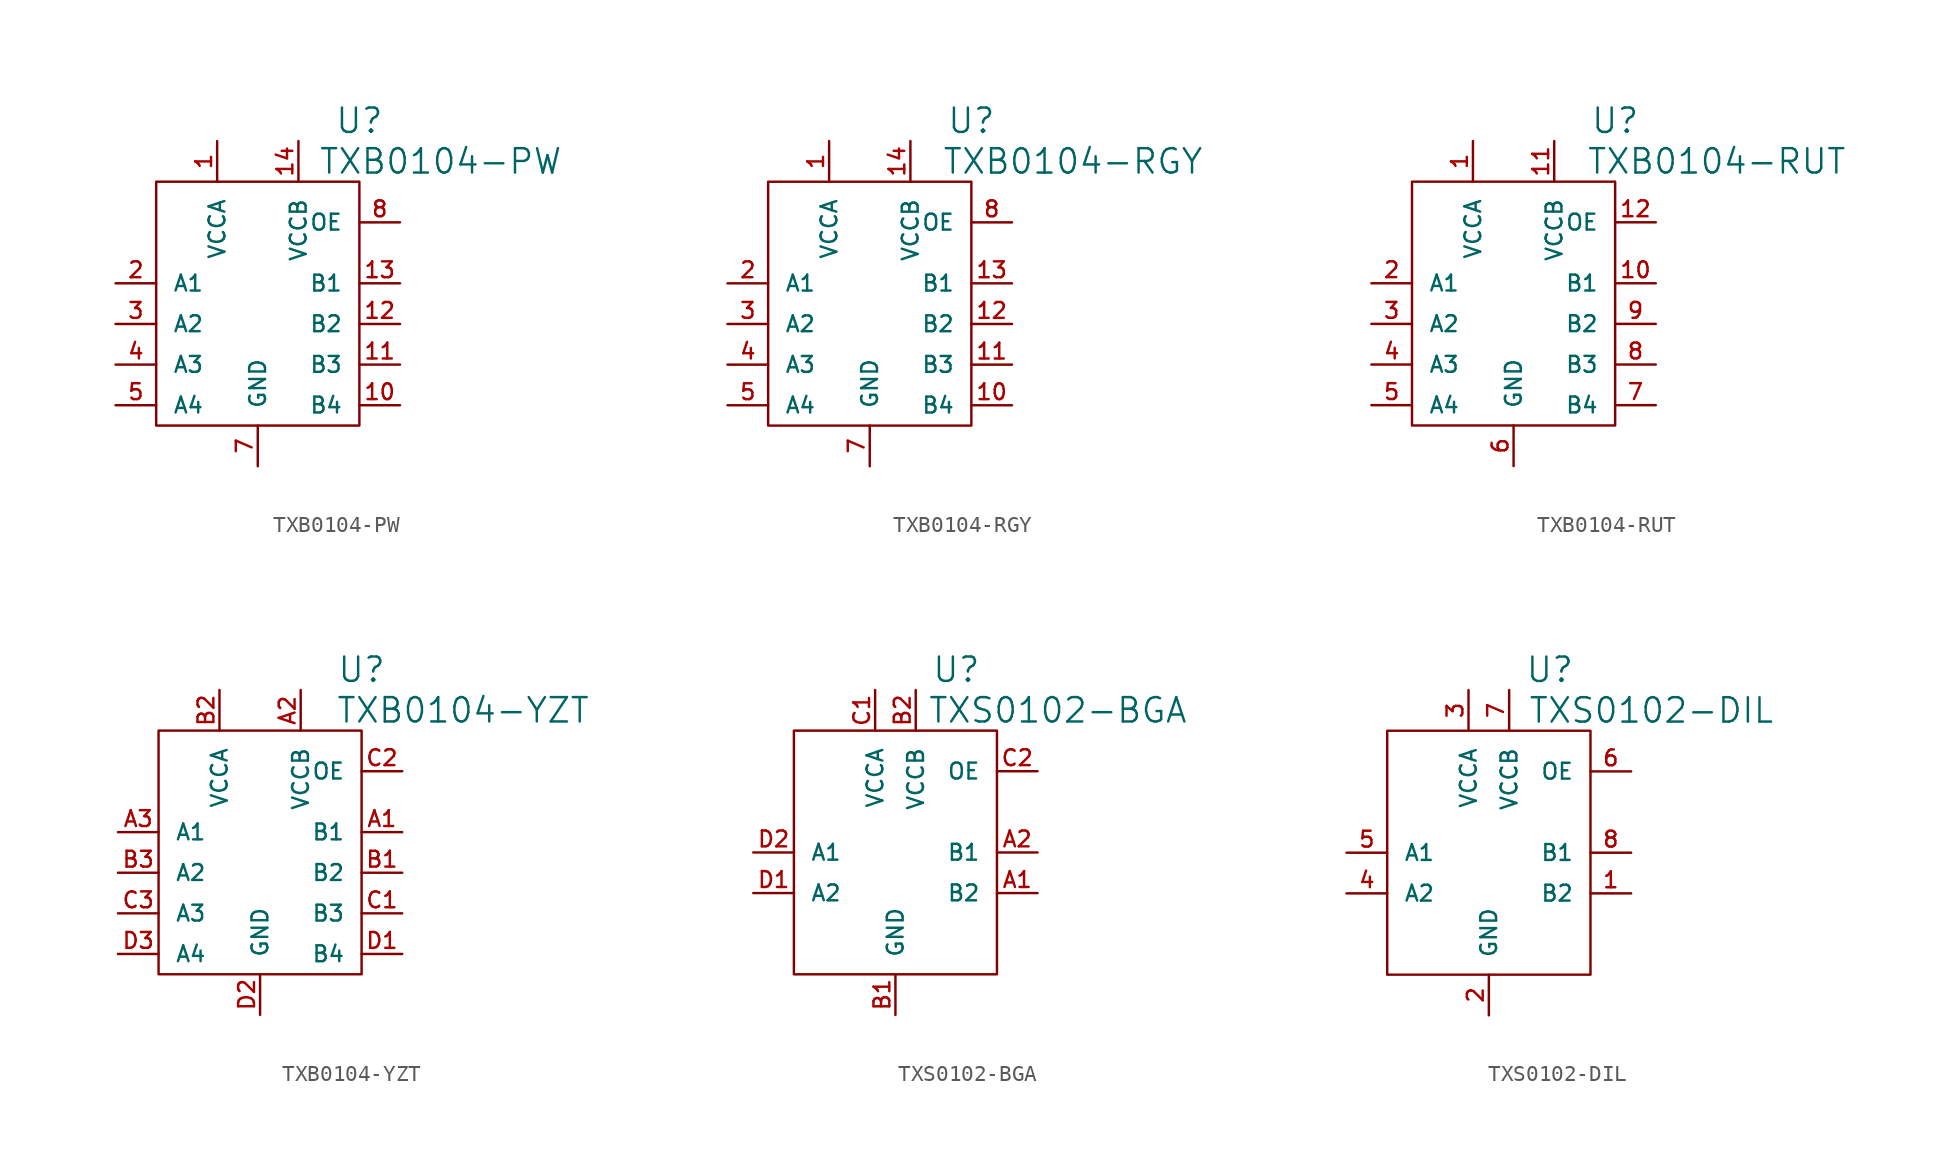
<source format=kicad_sym>
(kicad_symbol_lib
  (version 20220914)
  (generator kicad_symbol_editor)
  (symbol "TXB0104-PW"
    (pin_names
      (offset 1.016))
    (property "Reference" "U"
      (at 6.35 11.43 0)
      (effects (font (size 1.524 1.524))))
    (property "Value" "TXB0104-PW"
      (at 11.43 8.89 0)
      (effects (font (size 1.524 1.524))))
    (property "Footprint" ""
      (at 0 0 0)
      (effects (font (size 1.524 1.524))))
    (property "Datasheet" ""
      (at 0 0 0)
      (effects (font (size 1.524 1.524))))
    (symbol "TXB0104-PW_0_1"
      (rectangle (start -6.35 7.62) (end 6.35 -7.62) (stroke (width 0) (type solid)) (fill (type none))))
    (symbol "TXB0104-PW_1_1"
      (pin passive line (at -2.54 10.16 270) (length 2.54) (name "VCCA" (effects (font (size 0.991 0.991)))) (number "1" (effects (font (size 0.991 0.991)))))
      (pin passive line (at 8.89 -6.35 180) (length 2.54) (name "B4" (effects (font (size 0.991 0.991)))) (number "10" (effects (font (size 0.991 0.991)))))
      (pin passive line (at 8.89 -3.81 180) (length 2.54) (name "B3" (effects (font (size 0.991 0.991)))) (number "11" (effects (font (size 0.991 0.991)))))
      (pin passive line (at 8.89 -1.27 180) (length 2.54) (name "B2" (effects (font (size 0.991 0.991)))) (number "12" (effects (font (size 0.991 0.991)))))
      (pin passive line (at 8.89 1.27 180) (length 2.54) (name "B1" (effects (font (size 0.991 0.991)))) (number "13" (effects (font (size 0.991 0.991)))))
      (pin passive line (at 2.54 10.16 270) (length 2.54) (name "VCCB" (effects (font (size 0.991 0.991)))) (number "14" (effects (font (size 0.991 0.991)))))
      (pin passive line (at -8.89 1.27 0) (length 2.54) (name "A1" (effects (font (size 0.991 0.991)))) (number "2" (effects (font (size 0.991 0.991)))))
      (pin passive line (at -8.89 -1.27 0) (length 2.54) (name "A2" (effects (font (size 0.991 0.991)))) (number "3" (effects (font (size 0.991 0.991)))))
      (pin passive line (at -8.89 -3.81 0) (length 2.54) (name "A3" (effects (font (size 0.991 0.991)))) (number "4" (effects (font (size 0.991 0.991)))))
      (pin passive line (at -8.89 -6.35 0) (length 2.54) (name "A4" (effects (font (size 0.991 0.991)))) (number "5" (effects (font (size 0.991 0.991)))))
      (pin passive line (at 0 -10.16 90) (length 2.54) (name "GND" (effects (font (size 0.991 0.991)))) (number "7" (effects (font (size 0.991 0.991)))))
      (pin passive line (at 8.89 5.08 180) (length 2.54) (name "OE" (effects (font (size 0.991 0.991)))) (number "8" (effects (font (size 0.991 0.991)))))))
  (symbol "TXB0104-RGY"
    (pin_names
      (offset 1.016))
    (property "Reference" "U"
      (at 6.35 11.43 0)
      (effects (font (size 1.524 1.524))))
    (property "Value" "TXB0104-RGY"
      (at 12.7 8.89 0)
      (effects (font (size 1.524 1.524))))
    (property "Footprint" ""
      (at 0 0 0)
      (effects (font (size 1.524 1.524))))
    (property "Datasheet" ""
      (at 0 0 0)
      (effects (font (size 1.524 1.524))))
    (symbol "TXB0104-RGY_0_1"
      (rectangle (start -6.35 7.62) (end 6.35 -7.62) (stroke (width 0) (type solid)) (fill (type none))))
    (symbol "TXB0104-RGY_1_1"
      (pin passive line (at -2.54 10.16 270) (length 2.54) (name "VCCA" (effects (font (size 0.991 0.991)))) (number "1" (effects (font (size 0.991 0.991)))))
      (pin passive line (at 8.89 -6.35 180) (length 2.54) (name "B4" (effects (font (size 0.991 0.991)))) (number "10" (effects (font (size 0.991 0.991)))))
      (pin passive line (at 8.89 -3.81 180) (length 2.54) (name "B3" (effects (font (size 0.991 0.991)))) (number "11" (effects (font (size 0.991 0.991)))))
      (pin passive line (at 8.89 -1.27 180) (length 2.54) (name "B2" (effects (font (size 0.991 0.991)))) (number "12" (effects (font (size 0.991 0.991)))))
      (pin passive line (at 8.89 1.27 180) (length 2.54) (name "B1" (effects (font (size 0.991 0.991)))) (number "13" (effects (font (size 0.991 0.991)))))
      (pin passive line (at 2.54 10.16 270) (length 2.54) (name "VCCB" (effects (font (size 0.991 0.991)))) (number "14" (effects (font (size 0.991 0.991)))))
      (pin passive line (at -8.89 1.27 0) (length 2.54) (name "A1" (effects (font (size 0.991 0.991)))) (number "2" (effects (font (size 0.991 0.991)))))
      (pin passive line (at -8.89 -1.27 0) (length 2.54) (name "A2" (effects (font (size 0.991 0.991)))) (number "3" (effects (font (size 0.991 0.991)))))
      (pin passive line (at -8.89 -3.81 0) (length 2.54) (name "A3" (effects (font (size 0.991 0.991)))) (number "4" (effects (font (size 0.991 0.991)))))
      (pin passive line (at -8.89 -6.35 0) (length 2.54) (name "A4" (effects (font (size 0.991 0.991)))) (number "5" (effects (font (size 0.991 0.991)))))
      (pin passive line (at 0 -10.16 90) (length 2.54) (name "GND" (effects (font (size 0.991 0.991)))) (number "7" (effects (font (size 0.991 0.991)))))
      (pin passive line (at 8.89 5.08 180) (length 2.54) (name "OE" (effects (font (size 0.991 0.991)))) (number "8" (effects (font (size 0.991 0.991)))))))
  (symbol "TXB0104-RUT"
    (pin_names
      (offset 1.016))
    (property "Reference" "U"
      (at 6.35 11.43 0)
      (effects (font (size 1.524 1.524))))
    (property "Value" "TXB0104-RUT"
      (at 12.7 8.89 0)
      (effects (font (size 1.524 1.524))))
    (property "Footprint" ""
      (at 0 0 0)
      (effects (font (size 1.524 1.524))))
    (property "Datasheet" ""
      (at 0 0 0)
      (effects (font (size 1.524 1.524))))
    (symbol "TXB0104-RUT_0_1"
      (rectangle (start -6.35 7.62) (end 6.35 -7.62) (stroke (width 0) (type solid)) (fill (type none))))
    (symbol "TXB0104-RUT_1_1"
      (pin passive line (at -2.54 10.16 270) (length 2.54) (name "VCCA" (effects (font (size 0.991 0.991)))) (number "1" (effects (font (size 0.991 0.991)))))
      (pin passive line (at 8.89 1.27 180) (length 2.54) (name "B1" (effects (font (size 0.991 0.991)))) (number "10" (effects (font (size 0.991 0.991)))))
      (pin passive line (at 2.54 10.16 270) (length 2.54) (name "VCCB" (effects (font (size 0.991 0.991)))) (number "11" (effects (font (size 0.991 0.991)))))
      (pin passive line (at 8.89 5.08 180) (length 2.54) (name "OE" (effects (font (size 0.991 0.991)))) (number "12" (effects (font (size 0.991 0.991)))))
      (pin passive line (at -8.89 1.27 0) (length 2.54) (name "A1" (effects (font (size 0.991 0.991)))) (number "2" (effects (font (size 0.991 0.991)))))
      (pin passive line (at -8.89 -1.27 0) (length 2.54) (name "A2" (effects (font (size 0.991 0.991)))) (number "3" (effects (font (size 0.991 0.991)))))
      (pin passive line (at -8.89 -3.81 0) (length 2.54) (name "A3" (effects (font (size 0.991 0.991)))) (number "4" (effects (font (size 0.991 0.991)))))
      (pin passive line (at -8.89 -6.35 0) (length 2.54) (name "A4" (effects (font (size 0.991 0.991)))) (number "5" (effects (font (size 0.991 0.991)))))
      (pin passive line (at 0 -10.16 90) (length 2.54) (name "GND" (effects (font (size 0.991 0.991)))) (number "6" (effects (font (size 0.991 0.991)))))
      (pin passive line (at 8.89 -6.35 180) (length 2.54) (name "B4" (effects (font (size 0.991 0.991)))) (number "7" (effects (font (size 0.991 0.991)))))
      (pin passive line (at 8.89 -3.81 180) (length 2.54) (name "B3" (effects (font (size 0.991 0.991)))) (number "8" (effects (font (size 0.991 0.991)))))
      (pin passive line (at 8.89 -1.27 180) (length 2.54) (name "B2" (effects (font (size 0.991 0.991)))) (number "9" (effects (font (size 0.991 0.991)))))))
  (symbol "TXB0104-YZT"
    (pin_names
      (offset 1.016))
    (property "Reference" "U"
      (at 6.35 11.43 0)
      (effects (font (size 1.524 1.524))))
    (property "Value" "TXB0104-YZT"
      (at 12.7 8.89 0)
      (effects (font (size 1.524 1.524))))
    (property "Footprint" ""
      (at 0 0 0)
      (effects (font (size 1.524 1.524))))
    (property "Datasheet" ""
      (at 0 0 0)
      (effects (font (size 1.524 1.524))))
    (symbol "TXB0104-YZT_0_1"
      (rectangle (start -6.35 7.62) (end 6.35 -7.62) (stroke (width 0) (type solid)) (fill (type none))))
    (symbol "TXB0104-YZT_1_1"
      (pin passive line (at 8.89 1.27 180) (length 2.54) (name "B1" (effects (font (size 0.991 0.991)))) (number "A1" (effects (font (size 0.991 0.991)))))
      (pin passive line (at 2.54 10.16 270) (length 2.54) (name "VCCB" (effects (font (size 0.991 0.991)))) (number "A2" (effects (font (size 0.991 0.991)))))
      (pin passive line (at -8.89 1.27 0) (length 2.54) (name "A1" (effects (font (size 0.991 0.991)))) (number "A3" (effects (font (size 0.991 0.991)))))
      (pin passive line (at 8.89 -1.27 180) (length 2.54) (name "B2" (effects (font (size 0.991 0.991)))) (number "B1" (effects (font (size 0.991 0.991)))))
      (pin passive line (at -2.54 10.16 270) (length 2.54) (name "VCCA" (effects (font (size 0.991 0.991)))) (number "B2" (effects (font (size 0.991 0.991)))))
      (pin passive line (at -8.89 -1.27 0) (length 2.54) (name "A2" (effects (font (size 0.991 0.991)))) (number "B3" (effects (font (size 0.991 0.991)))))
      (pin passive line (at 8.89 -3.81 180) (length 2.54) (name "B3" (effects (font (size 0.991 0.991)))) (number "C1" (effects (font (size 0.991 0.991)))))
      (pin passive line (at 8.89 5.08 180) (length 2.54) (name "OE" (effects (font (size 0.991 0.991)))) (number "C2" (effects (font (size 0.991 0.991)))))
      (pin passive line (at -8.89 -3.81 0) (length 2.54) (name "A3" (effects (font (size 0.991 0.991)))) (number "C3" (effects (font (size 0.991 0.991)))))
      (pin passive line (at 8.89 -6.35 180) (length 2.54) (name "B4" (effects (font (size 0.991 0.991)))) (number "D1" (effects (font (size 0.991 0.991)))))
      (pin passive line (at 0 -10.16 90) (length 2.54) (name "GND" (effects (font (size 0.991 0.991)))) (number "D2" (effects (font (size 0.991 0.991)))))
      (pin passive line (at -8.89 -6.35 0) (length 2.54) (name "A4" (effects (font (size 0.991 0.991)))) (number "D3" (effects (font (size 0.991 0.991)))))))
  (symbol "TXS0102-BGA"
    (pin_names
      (offset 1.016))
    (property "Reference" "U"
      (at 3.81 11.43 0)
      (effects (font (size 1.524 1.524))))
    (property "Value" "TXS0102-BGA"
      (at 10.16 8.89 0)
      (effects (font (size 1.524 1.524))))
    (property "Footprint" ""
      (at 0 0 0)
      (effects (font (size 1.524 1.524))))
    (property "Datasheet" ""
      (at 0 0 0)
      (effects (font (size 1.524 1.524))))
    (symbol "TXS0102-BGA_0_1"
      (rectangle (start -6.35 7.62) (end 6.35 -7.62) (stroke (width 0) (type solid)) (fill (type none))))
    (symbol "TXS0102-BGA_1_1"
      (pin passive line (at 8.89 -2.54 180) (length 2.54) (name "B2" (effects (font (size 0.991 0.991)))) (number "A1" (effects (font (size 0.991 0.991)))))
      (pin passive line (at 8.89 0 180) (length 2.54) (name "B1" (effects (font (size 0.991 0.991)))) (number "A2" (effects (font (size 0.991 0.991)))))
      (pin passive line (at 0 -10.16 90) (length 2.54) (name "GND" (effects (font (size 0.991 0.991)))) (number "B1" (effects (font (size 0.991 0.991)))))
      (pin passive line (at 1.27 10.16 270) (length 2.54) (name "VCCB" (effects (font (size 0.991 0.991)))) (number "B2" (effects (font (size 0.991 0.991)))))
      (pin passive line (at -1.27 10.16 270) (length 2.54) (name "VCCA" (effects (font (size 0.991 0.991)))) (number "C1" (effects (font (size 0.991 0.991)))))
      (pin passive line (at 8.89 5.08 180) (length 2.54) (name "OE" (effects (font (size 0.991 0.991)))) (number "C2" (effects (font (size 0.991 0.991)))))
      (pin passive line (at -8.89 -2.54 0) (length 2.54) (name "A2" (effects (font (size 0.991 0.991)))) (number "D1" (effects (font (size 0.991 0.991)))))
      (pin passive line (at -8.89 0 0) (length 2.54) (name "A1" (effects (font (size 0.991 0.991)))) (number "D2" (effects (font (size 0.991 0.991)))))))
  (symbol "TXS0102-DIL"
    (pin_names
      (offset 1.016))
    (property "Reference" "U"
      (at 3.81 11.43 0)
      (effects (font (size 1.524 1.524))))
    (property "Value" "TXS0102-DIL"
      (at 10.16 8.89 0)
      (effects (font (size 1.524 1.524))))
    (property "Footprint" ""
      (at 0 0 0)
      (effects (font (size 1.524 1.524))))
    (property "Datasheet" ""
      (at 0 0 0)
      (effects (font (size 1.524 1.524))))
    (symbol "TXS0102-DIL_0_1"
      (rectangle (start -6.35 7.62) (end 6.35 -7.62) (stroke (width 0) (type solid)) (fill (type none))))
    (symbol "TXS0102-DIL_1_1"
      (pin passive line (at 8.89 -2.54 180) (length 2.54) (name "B2" (effects (font (size 0.991 0.991)))) (number "1" (effects (font (size 0.991 0.991)))))
      (pin passive line (at 0 -10.16 90) (length 2.54) (name "GND" (effects (font (size 0.991 0.991)))) (number "2" (effects (font (size 0.991 0.991)))))
      (pin passive line (at -1.27 10.16 270) (length 2.54) (name "VCCA" (effects (font (size 0.991 0.991)))) (number "3" (effects (font (size 0.991 0.991)))))
      (pin passive line (at -8.89 -2.54 0) (length 2.54) (name "A2" (effects (font (size 0.991 0.991)))) (number "4" (effects (font (size 0.991 0.991)))))
      (pin passive line (at -8.89 0 0) (length 2.54) (name "A1" (effects (font (size 0.991 0.991)))) (number "5" (effects (font (size 0.991 0.991)))))
      (pin passive line (at 8.89 5.08 180) (length 2.54) (name "OE" (effects (font (size 0.991 0.991)))) (number "6" (effects (font (size 0.991 0.991)))))
      (pin passive line (at 1.27 10.16 270) (length 2.54) (name "VCCB" (effects (font (size 0.991 0.991)))) (number "7" (effects (font (size 0.991 0.991)))))
      (pin passive line (at 8.89 0 180) (length 2.54) (name "B1" (effects (font (size 0.991 0.991)))) (number "8" (effects (font (size 0.991 0.991))))))))
</source>
